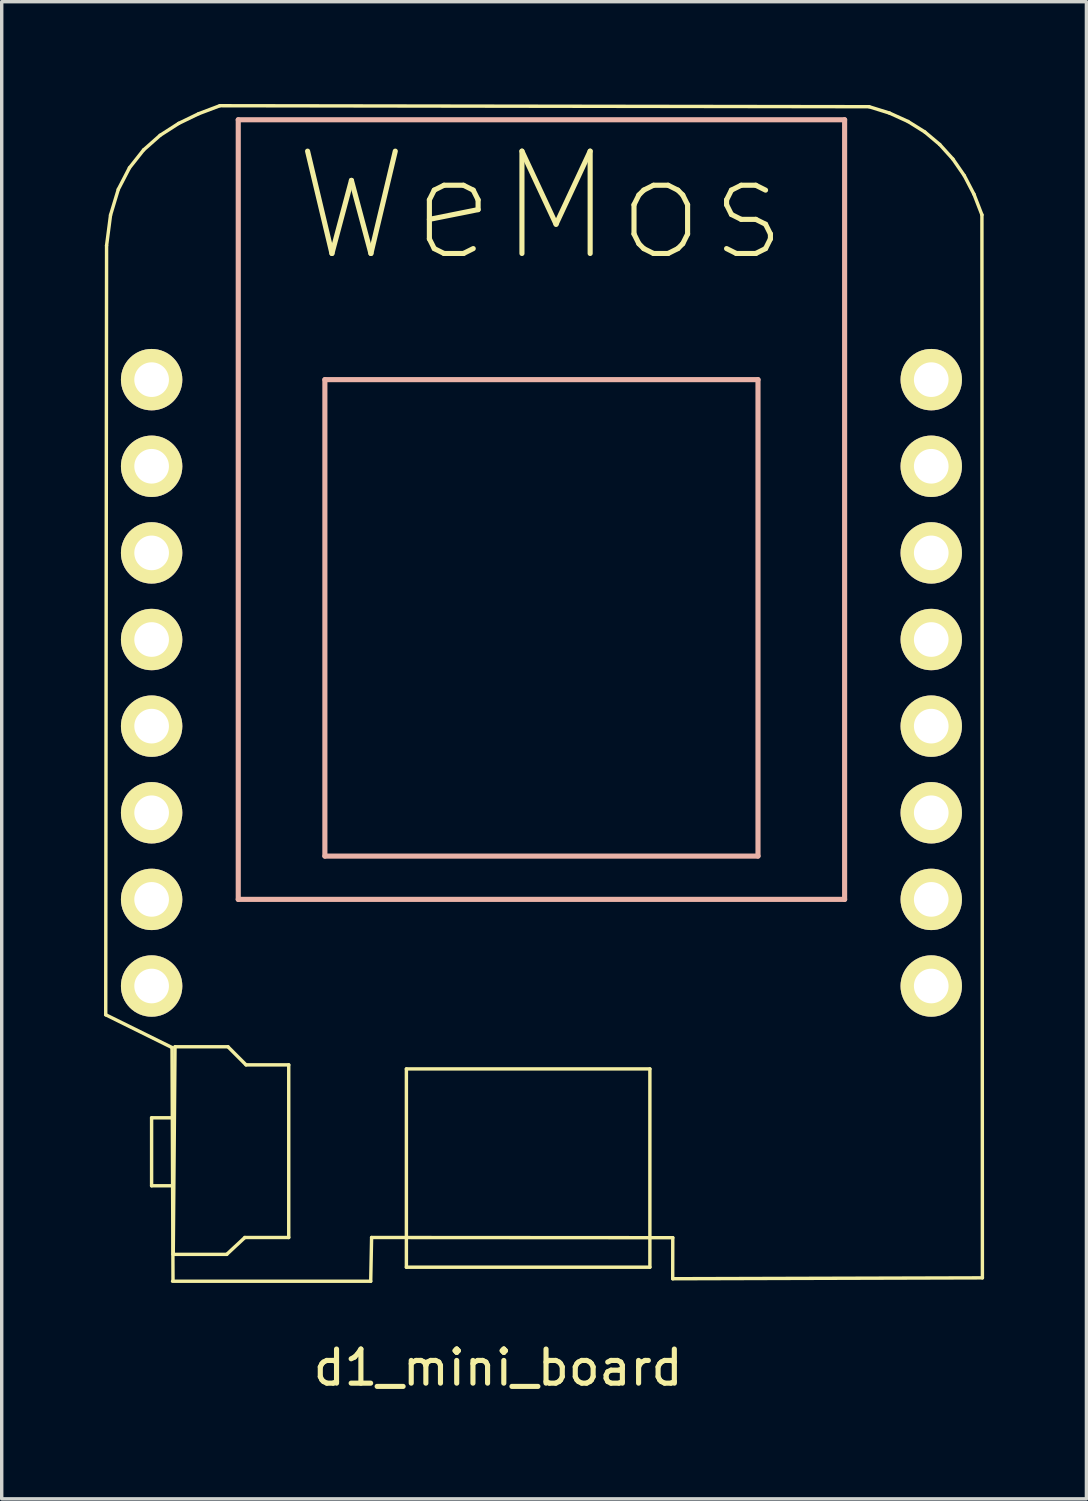
<source format=kicad_pcb>
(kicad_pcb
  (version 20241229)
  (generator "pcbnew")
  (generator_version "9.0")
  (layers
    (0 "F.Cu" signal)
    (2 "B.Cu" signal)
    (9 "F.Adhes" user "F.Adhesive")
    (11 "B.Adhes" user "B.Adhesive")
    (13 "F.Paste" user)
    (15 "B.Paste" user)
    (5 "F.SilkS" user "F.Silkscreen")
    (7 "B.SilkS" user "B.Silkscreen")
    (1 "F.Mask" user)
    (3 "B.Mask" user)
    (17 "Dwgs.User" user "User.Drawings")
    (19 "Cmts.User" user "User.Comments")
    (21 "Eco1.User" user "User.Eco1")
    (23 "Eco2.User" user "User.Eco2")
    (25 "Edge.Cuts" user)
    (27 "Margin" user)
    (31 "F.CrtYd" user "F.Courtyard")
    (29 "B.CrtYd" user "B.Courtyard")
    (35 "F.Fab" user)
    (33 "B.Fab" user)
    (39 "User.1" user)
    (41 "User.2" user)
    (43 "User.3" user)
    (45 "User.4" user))
  (footprint "d1_mini_board"
    (layer "F.Cu")
    (at 11.523 18.496)
    (property "Reference" "d1_mini_board" (at 0.033 18.556 0) (layer "F.SilkS") (effects (font (size 1 1) (thickness 0.15))))
    (attr through_hole)
    (fp_line (start -11.473 8.209) (end -9.529 9.17) (stroke (width 0.1) (type solid)) (layer "F.SilkS"))
    (fp_line (start -11.448 -14.346) (end -11.473 8.209) (stroke (width 0.1) (type solid)) (layer "F.SilkS"))
    (fp_line (start -11.332 -15.239) (end -11.448 -14.346) (stroke (width 0.1) (type solid)) (layer "F.SilkS"))
    (fp_line (start -11.104 -15.994) (end -11.332 -15.239) (stroke (width 0.1) (type solid)) (layer "F.SilkS"))
    (fp_line (start -10.777 -16.625) (end -11.104 -15.994) (stroke (width 0.1) (type solid)) (layer "F.SilkS"))
    (fp_line (start -10.363 -17.149) (end -10.777 -16.625) (stroke (width 0.1) (type solid)) (layer "F.SilkS"))
    (fp_line (start -10.128 11.23) (end -10.128 13.223) (stroke (width 0.1) (type solid)) (layer "F.SilkS"))
    (fp_line (start -10.128 13.223) (end -9.511 13.223) (stroke (width 0.1) (type solid)) (layer "F.SilkS"))
    (fp_line (start -9.878 -17.578) (end -10.363 -17.149) (stroke (width 0.1) (type solid)) (layer "F.SilkS"))
    (fp_line (start -9.529 9.17) (end -9.5 15.979) (stroke (width 0.1) (type solid)) (layer "F.SilkS"))
    (fp_line (start -9.514 16.023) (end -3.703 16.023) (stroke (width 0.1) (type solid)) (layer "F.SilkS"))
    (fp_line (start -9.493 15.234) (end -9.441 9.148) (stroke (width 0.1) (type solid)) (layer "F.SilkS"))
    (fp_line (start -9.476 11.23) (end -10.128 11.23) (stroke (width 0.1) (type solid)) (layer "F.SilkS"))
    (fp_line (start -9.441 9.148) (end -7.888 9.148) (stroke (width 0.1) (type solid)) (layer "F.SilkS"))
    (fp_line (start -9.335 -17.927) (end -9.878 -17.578) (stroke (width 0.1) (type solid)) (layer "F.SilkS"))
    (fp_line (start -8.747 -18.212) (end -9.335 -17.927) (stroke (width 0.1) (type solid)) (layer "F.SilkS"))
    (fp_line (start -8.127 -18.446) (end -8.747 -18.212) (stroke (width 0.1) (type solid)) (layer "F.SilkS"))
    (fp_line (start -7.924 15.234) (end -9.493 15.234) (stroke (width 0.1) (type solid)) (layer "F.SilkS"))
    (fp_line (start -7.888 9.148) (end -7.359 9.678) (stroke (width 0.1) (type solid)) (layer "F.SilkS"))
    (fp_line (start -7.394 14.74) (end -7.924 15.234) (stroke (width 0.1) (type solid)) (layer "F.SilkS"))
    (fp_line (start -7.359 9.678) (end -6.107 9.678) (stroke (width 0.1) (type solid)) (layer "F.SilkS"))
    (fp_line (start -6.107 9.678) (end -6.107 14.74) (stroke (width 0.1) (type solid)) (layer "F.SilkS"))
    (fp_line (start -6.107 14.74) (end -7.394 14.74) (stroke (width 0.1) (type solid)) (layer "F.SilkS"))
    (fp_line (start -3.703 16.023) (end -3.677 14.74) (stroke (width 0.1) (type solid)) (layer "F.SilkS"))
    (fp_line (start -3.677 14.74) (end 5.154 14.746) (stroke (width 0.1) (type solid)) (layer "F.SilkS"))
    (fp_line (start -2.657 9.797) (end -2.657 15.611) (stroke (width 0.1) (type solid)) (layer "F.SilkS"))
    (fp_line (start -2.657 15.611) (end 4.483 15.611) (stroke (width 0.1) (type solid)) (layer "F.SilkS"))
    (fp_line (start 4.483 9.797) (end -2.657 9.797) (stroke (width 0.1) (type solid)) (layer "F.SilkS"))
    (fp_line (start 4.483 15.611) (end 4.483 9.797) (stroke (width 0.1) (type solid)) (layer "F.SilkS"))
    (fp_line (start 5.152 15.949) (end 14.233 15.923) (stroke (width 0.1) (type solid)) (layer "F.SilkS"))
    (fp_line (start 5.154 14.746) (end 5.152 15.949) (stroke (width 0.1) (type solid)) (layer "F.SilkS"))
    (fp_line (start 10.91 -18.417) (end -8.127 -18.446) (stroke (width 0.1) (type solid)) (layer "F.SilkS"))
    (fp_line (start 11.508 -18.231) (end 10.91 -18.417) (stroke (width 0.1) (type solid)) (layer "F.SilkS"))
    (fp_line (start 12.052 -17.984) (end 11.508 -18.231) (stroke (width 0.1) (type solid)) (layer "F.SilkS"))
    (fp_line (start 12.544 -17.677) (end 12.052 -17.984) (stroke (width 0.1) (type solid)) (layer "F.SilkS"))
    (fp_line (start 12.982 -17.309) (end 12.544 -17.677) (stroke (width 0.1) (type solid)) (layer "F.SilkS"))
    (fp_line (start 13.368 -16.882) (end 12.982 -17.309) (stroke (width 0.1) (type solid)) (layer "F.SilkS"))
    (fp_line (start 13.703 -16.395) (end 13.368 -16.882) (stroke (width 0.1) (type solid)) (layer "F.SilkS"))
    (fp_line (start 13.986 -15.85) (end 13.703 -16.395) (stroke (width 0.1) (type solid)) (layer "F.SilkS"))
    (fp_line (start 14.219 -15.247) (end 13.986 -15.85) (stroke (width 0.1) (type solid)) (layer "F.SilkS"))
    (fp_line (start 14.233 15.923) (end 14.219 -15.247) (stroke (width 0.1) (type solid)) (layer "F.SilkS"))
    (fp_line (start -7.587 -18.034) (end 10.193 -18.034) (stroke (width 0.15) (type solid)) (layer "B.SilkS"))
    (fp_line (start -7.587 4.826) (end -7.587 -18.034) (stroke (width 0.15) (type solid)) (layer "B.SilkS"))
    (fp_line (start -5.047 -10.414) (end -5.047 3.556) (stroke (width 0.15) (type solid)) (layer "B.SilkS"))
    (fp_line (start -5.047 3.556) (end 7.653 3.556) (stroke (width 0.15) (type solid)) (layer "B.SilkS"))
    (fp_line (start 7.653 -10.414) (end -5.047 -10.414) (stroke (width 0.15) (type solid)) (layer "B.SilkS"))
    (fp_line (start 7.653 3.556) (end 7.653 -10.414) (stroke (width 0.15) (type solid)) (layer "B.SilkS"))
    (fp_line (start 10.193 -18.034) (end 10.193 4.826) (stroke (width 0.15) (type solid)) (layer "B.SilkS"))
    (fp_line (start 10.193 4.826) (end -7.587 4.826) (stroke (width 0.15) (type solid)) (layer "B.SilkS"))
    (fp_text user "WeMos" (at 1.303 -15.494 0) (layer "F.SilkS") (effects (font (size 3 3) (thickness 0.15))))
    (pad "1" thru_hole circle (at 12.733 7.366) (size 1.8 1.8) (drill 1.016) (layers "*.Cu" "*.Mask" "F.SilkS"))
    (pad "2" thru_hole circle (at 12.733 4.826) (size 1.8 1.8) (drill 1.016) (layers "*.Cu" "*.Mask" "F.SilkS"))
    (pad "3" thru_hole circle (at 12.733 2.286) (size 1.8 1.8) (drill 1.016) (layers "*.Cu" "*.Mask" "F.SilkS"))
    (pad "4" thru_hole circle (at 12.733 -0.254) (size 1.8 1.8) (drill 1.016) (layers "*.Cu" "*.Mask" "F.SilkS"))
    (pad "5" thru_hole circle (at 12.733 -2.794) (size 1.8 1.8) (drill 1.016) (layers "*.Cu" "*.Mask" "F.SilkS"))
    (pad "6" thru_hole circle (at 12.733 -5.334) (size 1.8 1.8) (drill 1.016) (layers "*.Cu" "*.Mask" "F.SilkS"))
    (pad "7" thru_hole circle (at 12.733 -7.874) (size 1.8 1.8) (drill 1.016) (layers "*.Cu" "*.Mask" "F.SilkS"))
    (pad "8" thru_hole circle (at 12.733 -10.414) (size 1.8 1.8) (drill 1.016) (layers "*.Cu" "*.Mask" "F.SilkS"))
    (pad "9" thru_hole circle (at -10.127 -10.414) (size 1.8 1.8) (drill 1.016) (layers "*.Cu" "*.Mask" "F.SilkS"))
    (pad "10" thru_hole circle (at -10.127 -7.874) (size 1.8 1.8) (drill 1.016) (layers "*.Cu" "*.Mask" "F.SilkS"))
    (pad "11" thru_hole circle (at -10.127 -5.334) (size 1.8 1.8) (drill 1.016) (layers "*.Cu" "*.Mask" "F.SilkS"))
    (pad "12" thru_hole circle (at -10.127 -2.794) (size 1.8 1.8) (drill 1.016) (layers "*.Cu" "*.Mask" "F.SilkS"))
    (pad "13" thru_hole circle (at -10.127 -0.254) (size 1.8 1.8) (drill 1.016) (layers "*.Cu" "*.Mask" "F.SilkS"))
    (pad "14" thru_hole circle (at -10.127 2.286) (size 1.8 1.8) (drill 1.016) (layers "*.Cu" "*.Mask" "F.SilkS"))
    (pad "15" thru_hole circle (at -10.127 4.826) (size 1.8 1.8) (drill 1.016) (layers "*.Cu" "*.Mask" "F.SilkS"))
    (pad "16" thru_hole circle (at -10.127 7.366) (size 1.8 1.8) (drill 1.016) (layers "*.Cu" "*.Mask" "F.SilkS")))
  (gr_rect
    (start -3 -3)
    (end 28.806 40.9)
    (stroke (width 0.1) (type default))
    (fill no)
    (layer "Edge.Cuts")))
</source>
